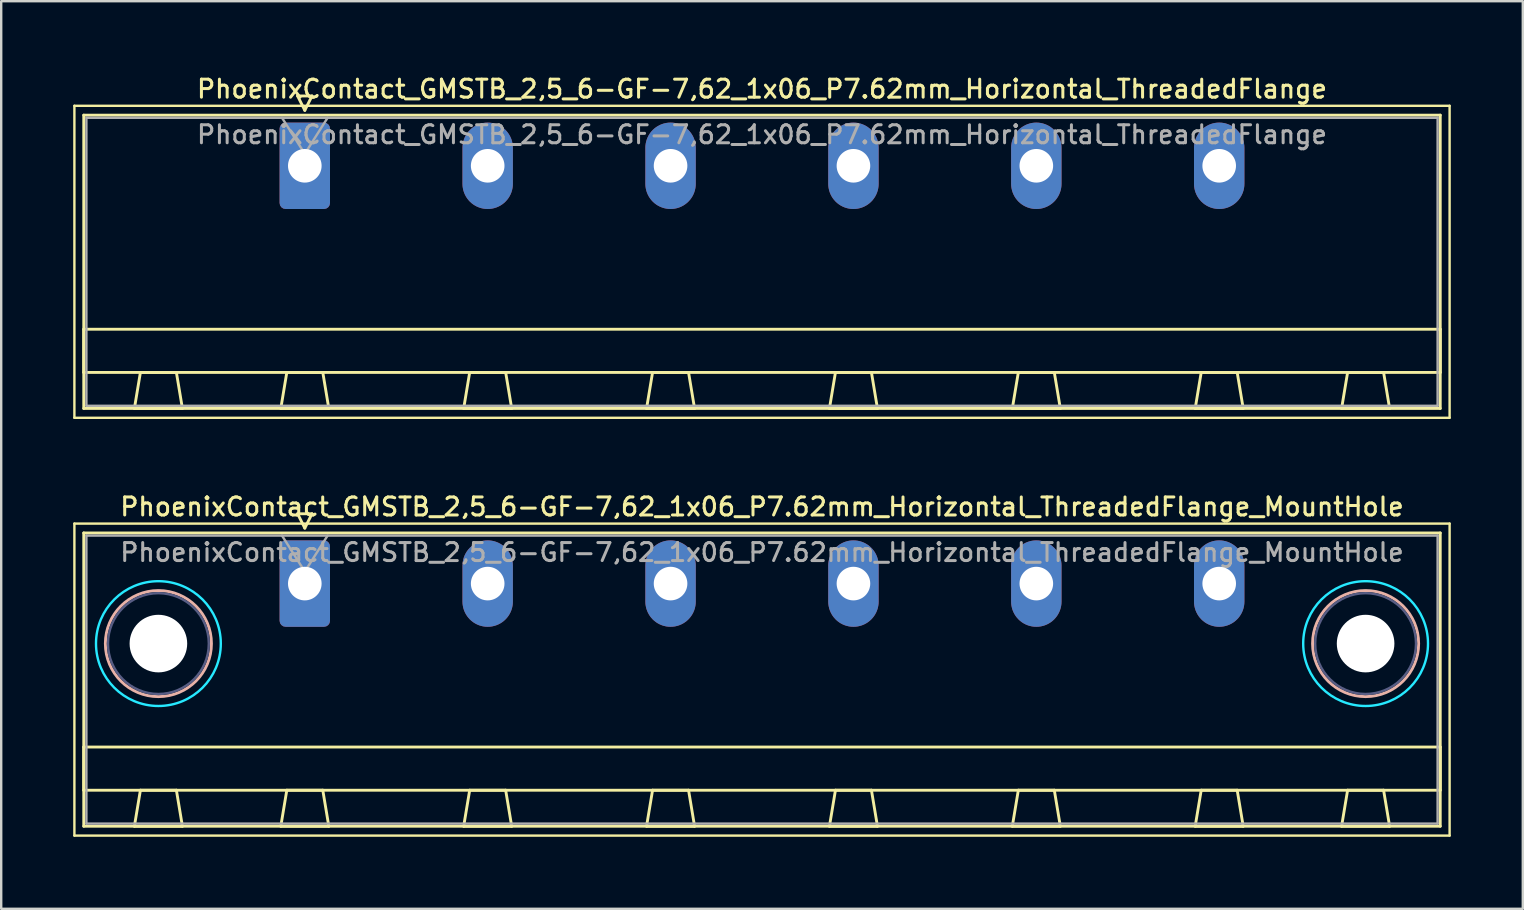
<source format=kicad_pcb>
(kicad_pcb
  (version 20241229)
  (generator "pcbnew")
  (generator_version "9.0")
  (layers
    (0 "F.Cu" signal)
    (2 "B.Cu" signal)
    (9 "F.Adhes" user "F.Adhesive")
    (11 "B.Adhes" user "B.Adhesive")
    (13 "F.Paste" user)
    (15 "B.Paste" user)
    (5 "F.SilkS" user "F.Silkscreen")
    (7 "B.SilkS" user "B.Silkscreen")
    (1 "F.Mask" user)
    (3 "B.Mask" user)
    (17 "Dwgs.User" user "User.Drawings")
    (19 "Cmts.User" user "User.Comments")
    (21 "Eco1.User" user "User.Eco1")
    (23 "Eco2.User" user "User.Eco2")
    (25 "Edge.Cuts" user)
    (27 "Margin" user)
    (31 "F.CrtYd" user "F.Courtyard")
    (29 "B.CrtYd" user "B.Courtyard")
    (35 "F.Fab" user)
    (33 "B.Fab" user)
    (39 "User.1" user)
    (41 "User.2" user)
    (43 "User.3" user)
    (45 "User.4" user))
  (footprint "PhoenixContact_GMSTB_2,5_6-GF-7,62_1x06_P7.62mm_Horizontal_ThreadedFlange"
    (layer "F.Cu")
    (at 9.65 3.858)
    (property "Reference" "PhoenixContact_GMSTB_2,5_6-GF-7,62_1x06_P7.62mm_Horizontal_ThreadedFlange" (at 19.05 -3.2 0) (layer "F.SilkS") (effects (font (size 0.75 0.75) (thickness 0.125))))
    (attr through_hole)
    (fp_line (start -9.6 -2.5) (end -9.6 10.5) (stroke (width 0.1) (type solid)) (layer "F.SilkS"))
    (fp_line (start -9.6 10.5) (end 47.7 10.5) (stroke (width 0.1) (type solid)) (layer "F.SilkS"))
    (fp_line (start -9.21 -2.11) (end -9.21 10.11) (stroke (width 0.12) (type solid)) (layer "F.SilkS"))
    (fp_line (start -9.21 6.81) (end 47.31 6.81) (stroke (width 0.12) (type solid)) (layer "F.SilkS"))
    (fp_line (start -9.21 8.61) (end -9.21 6.81) (stroke (width 0.12) (type solid)) (layer "F.SilkS"))
    (fp_line (start -9.21 10.11) (end 47.31 10.11) (stroke (width 0.12) (type solid)) (layer "F.SilkS"))
    (fp_line (start -7.1 10.11) (end -5.1 10.11) (stroke (width 0.12) (type solid)) (layer "F.SilkS"))
    (fp_line (start -6.85 8.61) (end -7.1 10.11) (stroke (width 0.12) (type solid)) (layer "F.SilkS"))
    (fp_line (start -5.35 8.61) (end -6.85 8.61) (stroke (width 0.12) (type solid)) (layer "F.SilkS"))
    (fp_line (start -5.1 10.11) (end -5.35 8.61) (stroke (width 0.12) (type solid)) (layer "F.SilkS"))
    (fp_line (start -1 10.11) (end 1 10.11) (stroke (width 0.12) (type solid)) (layer "F.SilkS"))
    (fp_line (start -0.75 8.61) (end -1 10.11) (stroke (width 0.12) (type solid)) (layer "F.SilkS"))
    (fp_line (start -0.3 -2.91) (end 0.3 -2.91) (stroke (width 0.12) (type solid)) (layer "F.SilkS"))
    (fp_line (start 0 -2.31) (end -0.3 -2.91) (stroke (width 0.12) (type solid)) (layer "F.SilkS"))
    (fp_line (start 0.3 -2.91) (end 0 -2.31) (stroke (width 0.12) (type solid)) (layer "F.SilkS"))
    (fp_line (start 0.75 8.61) (end -0.75 8.61) (stroke (width 0.12) (type solid)) (layer "F.SilkS"))
    (fp_line (start 1 10.11) (end 0.75 8.61) (stroke (width 0.12) (type solid)) (layer "F.SilkS"))
    (fp_line (start 6.62 10.11) (end 8.62 10.11) (stroke (width 0.12) (type solid)) (layer "F.SilkS"))
    (fp_line (start 6.87 8.61) (end 6.62 10.11) (stroke (width 0.12) (type solid)) (layer "F.SilkS"))
    (fp_line (start 8.37 8.61) (end 6.87 8.61) (stroke (width 0.12) (type solid)) (layer "F.SilkS"))
    (fp_line (start 8.62 10.11) (end 8.37 8.61) (stroke (width 0.12) (type solid)) (layer "F.SilkS"))
    (fp_line (start 14.24 10.11) (end 16.24 10.11) (stroke (width 0.12) (type solid)) (layer "F.SilkS"))
    (fp_line (start 14.49 8.61) (end 14.24 10.11) (stroke (width 0.12) (type solid)) (layer "F.SilkS"))
    (fp_line (start 15.99 8.61) (end 14.49 8.61) (stroke (width 0.12) (type solid)) (layer "F.SilkS"))
    (fp_line (start 16.24 10.11) (end 15.99 8.61) (stroke (width 0.12) (type solid)) (layer "F.SilkS"))
    (fp_line (start 21.86 10.11) (end 23.86 10.11) (stroke (width 0.12) (type solid)) (layer "F.SilkS"))
    (fp_line (start 22.11 8.61) (end 21.86 10.11) (stroke (width 0.12) (type solid)) (layer "F.SilkS"))
    (fp_line (start 23.61 8.61) (end 22.11 8.61) (stroke (width 0.12) (type solid)) (layer "F.SilkS"))
    (fp_line (start 23.86 10.11) (end 23.61 8.61) (stroke (width 0.12) (type solid)) (layer "F.SilkS"))
    (fp_line (start 29.48 10.11) (end 31.48 10.11) (stroke (width 0.12) (type solid)) (layer "F.SilkS"))
    (fp_line (start 29.73 8.61) (end 29.48 10.11) (stroke (width 0.12) (type solid)) (layer "F.SilkS"))
    (fp_line (start 31.23 8.61) (end 29.73 8.61) (stroke (width 0.12) (type solid)) (layer "F.SilkS"))
    (fp_line (start 31.48 10.11) (end 31.23 8.61) (stroke (width 0.12) (type solid)) (layer "F.SilkS"))
    (fp_line (start 37.1 10.11) (end 39.1 10.11) (stroke (width 0.12) (type solid)) (layer "F.SilkS"))
    (fp_line (start 37.35 8.61) (end 37.1 10.11) (stroke (width 0.12) (type solid)) (layer "F.SilkS"))
    (fp_line (start 38.85 8.61) (end 37.35 8.61) (stroke (width 0.12) (type solid)) (layer "F.SilkS"))
    (fp_line (start 39.1 10.11) (end 38.85 8.61) (stroke (width 0.12) (type solid)) (layer "F.SilkS"))
    (fp_line (start 43.2 10.11) (end 45.2 10.11) (stroke (width 0.12) (type solid)) (layer "F.SilkS"))
    (fp_line (start 43.45 8.61) (end 43.2 10.11) (stroke (width 0.12) (type solid)) (layer "F.SilkS"))
    (fp_line (start 44.95 8.61) (end 43.45 8.61) (stroke (width 0.12) (type solid)) (layer "F.SilkS"))
    (fp_line (start 45.2 10.11) (end 44.95 8.61) (stroke (width 0.12) (type solid)) (layer "F.SilkS"))
    (fp_line (start 47.31 -2.11) (end -9.21 -2.11) (stroke (width 0.12) (type solid)) (layer "F.SilkS"))
    (fp_line (start 47.31 6.81) (end 47.31 8.61) (stroke (width 0.12) (type solid)) (layer "F.SilkS"))
    (fp_line (start 47.31 8.61) (end -9.21 8.61) (stroke (width 0.12) (type solid)) (layer "F.SilkS"))
    (fp_line (start 47.31 10.11) (end 47.31 -2.11) (stroke (width 0.12) (type solid)) (layer "F.SilkS"))
    (fp_line (start 47.7 -2.5) (end -9.6 -2.5) (stroke (width 0.1) (type solid)) (layer "F.SilkS"))
    (fp_line (start 47.7 10.5) (end 47.7 -2.5) (stroke (width 0.1) (type solid)) (layer "F.SilkS"))
    (fp_line (start -9.1 -2) (end -9.1 10) (stroke (width 0.1) (type solid)) (layer "F.Fab"))
    (fp_line (start -9.1 10) (end 47.2 10) (stroke (width 0.1) (type solid)) (layer "F.Fab"))
    (fp_line (start 0 -0.5) (end -0.95 -2) (stroke (width 0.1) (type solid)) (layer "F.Fab"))
    (fp_line (start 0.95 -2) (end 0 -0.5) (stroke (width 0.1) (type solid)) (layer "F.Fab"))
    (fp_line (start 47.2 -2) (end -9.1 -2) (stroke (width 0.1) (type solid)) (layer "F.Fab"))
    (fp_line (start 47.2 10) (end 47.2 -2) (stroke (width 0.1) (type solid)) (layer "F.Fab"))
    (fp_text user "${REFERENCE}" (at 19.05 -1.3 0) (layer "F.Fab") (effects (font (size 0.75 0.75) (thickness 0.125))))
    (pad "1" thru_hole roundrect (at 0 0) (size 2.1 3.6) (drill 1.4) (layers "*.Cu" "*.Mask") (roundrect_rratio 0.119))
    (pad "2" thru_hole oval (at 7.62 0) (size 2.1 3.6) (drill 1.4) (layers "*.Cu" "*.Mask"))
    (pad "3" thru_hole oval (at 15.24 0) (size 2.1 3.6) (drill 1.4) (layers "*.Cu" "*.Mask"))
    (pad "4" thru_hole oval (at 22.86 0) (size 2.1 3.6) (drill 1.4) (layers "*.Cu" "*.Mask"))
    (pad "5" thru_hole oval (at 30.48 0) (size 2.1 3.6) (drill 1.4) (layers "*.Cu" "*.Mask"))
    (pad "6" thru_hole oval (at 38.1 0) (size 2.1 3.6) (drill 1.4) (layers "*.Cu" "*.Mask")))
  (footprint "PhoenixContact_GMSTB_2,5_6-GF-7,62_1x06_P7.62mm_Horizontal_ThreadedFlange_MountHole"
    (layer "F.Cu")
    (at 9.65 21.266)
    (property "Reference" "PhoenixContact_GMSTB_2,5_6-GF-7,62_1x06_P7.62mm_Horizontal_ThreadedFlange_MountHole" (at 19.05 -3.2 0) (layer "F.SilkS") (effects (font (size 0.75 0.75) (thickness 0.125))))
    (attr through_hole)
    (fp_line (start -9.6 -2.5) (end -9.6 10.5) (stroke (width 0.1) (type solid)) (layer "F.SilkS"))
    (fp_line (start -9.6 10.5) (end 47.7 10.5) (stroke (width 0.1) (type solid)) (layer "F.SilkS"))
    (fp_line (start -9.21 -2.11) (end -9.21 10.11) (stroke (width 0.12) (type solid)) (layer "F.SilkS"))
    (fp_line (start -9.21 6.81) (end 47.31 6.81) (stroke (width 0.12) (type solid)) (layer "F.SilkS"))
    (fp_line (start -9.21 8.61) (end -9.21 6.81) (stroke (width 0.12) (type solid)) (layer "F.SilkS"))
    (fp_line (start -9.21 10.11) (end 47.31 10.11) (stroke (width 0.12) (type solid)) (layer "F.SilkS"))
    (fp_line (start -7.1 10.11) (end -5.1 10.11) (stroke (width 0.12) (type solid)) (layer "F.SilkS"))
    (fp_line (start -6.85 8.61) (end -7.1 10.11) (stroke (width 0.12) (type solid)) (layer "F.SilkS"))
    (fp_line (start -5.35 8.61) (end -6.85 8.61) (stroke (width 0.12) (type solid)) (layer "F.SilkS"))
    (fp_line (start -5.1 10.11) (end -5.35 8.61) (stroke (width 0.12) (type solid)) (layer "F.SilkS"))
    (fp_line (start -1 10.11) (end 1 10.11) (stroke (width 0.12) (type solid)) (layer "F.SilkS"))
    (fp_line (start -0.75 8.61) (end -1 10.11) (stroke (width 0.12) (type solid)) (layer "F.SilkS"))
    (fp_line (start -0.3 -2.91) (end 0.3 -2.91) (stroke (width 0.12) (type solid)) (layer "F.SilkS"))
    (fp_line (start 0 -2.31) (end -0.3 -2.91) (stroke (width 0.12) (type solid)) (layer "F.SilkS"))
    (fp_line (start 0.3 -2.91) (end 0 -2.31) (stroke (width 0.12) (type solid)) (layer "F.SilkS"))
    (fp_line (start 0.75 8.61) (end -0.75 8.61) (stroke (width 0.12) (type solid)) (layer "F.SilkS"))
    (fp_line (start 1 10.11) (end 0.75 8.61) (stroke (width 0.12) (type solid)) (layer "F.SilkS"))
    (fp_line (start 6.62 10.11) (end 8.62 10.11) (stroke (width 0.12) (type solid)) (layer "F.SilkS"))
    (fp_line (start 6.87 8.61) (end 6.62 10.11) (stroke (width 0.12) (type solid)) (layer "F.SilkS"))
    (fp_line (start 8.37 8.61) (end 6.87 8.61) (stroke (width 0.12) (type solid)) (layer "F.SilkS"))
    (fp_line (start 8.62 10.11) (end 8.37 8.61) (stroke (width 0.12) (type solid)) (layer "F.SilkS"))
    (fp_line (start 14.24 10.11) (end 16.24 10.11) (stroke (width 0.12) (type solid)) (layer "F.SilkS"))
    (fp_line (start 14.49 8.61) (end 14.24 10.11) (stroke (width 0.12) (type solid)) (layer "F.SilkS"))
    (fp_line (start 15.99 8.61) (end 14.49 8.61) (stroke (width 0.12) (type solid)) (layer "F.SilkS"))
    (fp_line (start 16.24 10.11) (end 15.99 8.61) (stroke (width 0.12) (type solid)) (layer "F.SilkS"))
    (fp_line (start 21.86 10.11) (end 23.86 10.11) (stroke (width 0.12) (type solid)) (layer "F.SilkS"))
    (fp_line (start 22.11 8.61) (end 21.86 10.11) (stroke (width 0.12) (type solid)) (layer "F.SilkS"))
    (fp_line (start 23.61 8.61) (end 22.11 8.61) (stroke (width 0.12) (type solid)) (layer "F.SilkS"))
    (fp_line (start 23.86 10.11) (end 23.61 8.61) (stroke (width 0.12) (type solid)) (layer "F.SilkS"))
    (fp_line (start 29.48 10.11) (end 31.48 10.11) (stroke (width 0.12) (type solid)) (layer "F.SilkS"))
    (fp_line (start 29.73 8.61) (end 29.48 10.11) (stroke (width 0.12) (type solid)) (layer "F.SilkS"))
    (fp_line (start 31.23 8.61) (end 29.73 8.61) (stroke (width 0.12) (type solid)) (layer "F.SilkS"))
    (fp_line (start 31.48 10.11) (end 31.23 8.61) (stroke (width 0.12) (type solid)) (layer "F.SilkS"))
    (fp_line (start 37.1 10.11) (end 39.1 10.11) (stroke (width 0.12) (type solid)) (layer "F.SilkS"))
    (fp_line (start 37.35 8.61) (end 37.1 10.11) (stroke (width 0.12) (type solid)) (layer "F.SilkS"))
    (fp_line (start 38.85 8.61) (end 37.35 8.61) (stroke (width 0.12) (type solid)) (layer "F.SilkS"))
    (fp_line (start 39.1 10.11) (end 38.85 8.61) (stroke (width 0.12) (type solid)) (layer "F.SilkS"))
    (fp_line (start 43.2 10.11) (end 45.2 10.11) (stroke (width 0.12) (type solid)) (layer "F.SilkS"))
    (fp_line (start 43.45 8.61) (end 43.2 10.11) (stroke (width 0.12) (type solid)) (layer "F.SilkS"))
    (fp_line (start 44.95 8.61) (end 43.45 8.61) (stroke (width 0.12) (type solid)) (layer "F.SilkS"))
    (fp_line (start 45.2 10.11) (end 44.95 8.61) (stroke (width 0.12) (type solid)) (layer "F.SilkS"))
    (fp_line (start 47.31 -2.11) (end -9.21 -2.11) (stroke (width 0.12) (type solid)) (layer "F.SilkS"))
    (fp_line (start 47.31 6.81) (end 47.31 8.61) (stroke (width 0.12) (type solid)) (layer "F.SilkS"))
    (fp_line (start 47.31 8.61) (end -9.21 8.61) (stroke (width 0.12) (type solid)) (layer "F.SilkS"))
    (fp_line (start 47.31 10.11) (end 47.31 -2.11) (stroke (width 0.12) (type solid)) (layer "F.SilkS"))
    (fp_line (start 47.7 -2.5) (end -9.6 -2.5) (stroke (width 0.1) (type solid)) (layer "F.SilkS"))
    (fp_line (start 47.7 10.5) (end 47.7 -2.5) (stroke (width 0.1) (type solid)) (layer "F.SilkS"))
    (fp_circle (center -6.1 2.5) (end -3.89 2.5) (stroke (width 0.12) (type solid)) (fill no) (layer "B.SilkS"))
    (fp_circle (center 44.2 2.5) (end 46.41 2.5) (stroke (width 0.12) (type solid)) (fill no) (layer "B.SilkS"))
    (fp_circle (center -6.1 2.5) (end -3.5 2.5) (stroke (width 0.1) (type solid)) (fill no) (layer "B.CrtYd"))
    (fp_circle (center 44.2 2.5) (end 46.8 2.5) (stroke (width 0.1) (type solid)) (fill no) (layer "B.CrtYd"))
    (fp_circle (center -6.1 2.5) (end -4 2.5) (stroke (width 0.1) (type solid)) (fill no) (layer "B.Fab"))
    (fp_circle (center 44.2 2.5) (end 46.3 2.5) (stroke (width 0.1) (type solid)) (fill no) (layer "B.Fab"))
    (fp_line (start -9.1 -2) (end -9.1 10) (stroke (width 0.1) (type solid)) (layer "F.Fab"))
    (fp_line (start -9.1 10) (end 47.2 10) (stroke (width 0.1) (type solid)) (layer "F.Fab"))
    (fp_line (start 0 -0.5) (end -0.95 -2) (stroke (width 0.1) (type solid)) (layer "F.Fab"))
    (fp_line (start 0.95 -2) (end 0 -0.5) (stroke (width 0.1) (type solid)) (layer "F.Fab"))
    (fp_line (start 47.2 -2) (end -9.1 -2) (stroke (width 0.1) (type solid)) (layer "F.Fab"))
    (fp_line (start 47.2 10) (end 47.2 -2) (stroke (width 0.1) (type solid)) (layer "F.Fab"))
    (fp_text user "${REFERENCE}" (at 19.05 -1.3 0) (layer "F.Fab") (effects (font (size 0.75 0.75) (thickness 0.125))))
    (pad "" np_thru_hole circle (at -6.1 2.5) (size 2.4 2.4) (drill 2.4) (layers "*.Cu" "*.Mask"))
    (pad "" np_thru_hole circle (at 44.2 2.5) (size 2.4 2.4) (drill 2.4) (layers "*.Cu" "*.Mask"))
    (pad "1" thru_hole roundrect (at 0 0) (size 2.1 3.6) (drill 1.4) (layers "*.Cu" "*.Mask") (roundrect_rratio 0.119))
    (pad "2" thru_hole oval (at 7.62 0) (size 2.1 3.6) (drill 1.4) (layers "*.Cu" "*.Mask"))
    (pad "3" thru_hole oval (at 15.24 0) (size 2.1 3.6) (drill 1.4) (layers "*.Cu" "*.Mask"))
    (pad "4" thru_hole oval (at 22.86 0) (size 2.1 3.6) (drill 1.4) (layers "*.Cu" "*.Mask"))
    (pad "5" thru_hole oval (at 30.48 0) (size 2.1 3.6) (drill 1.4) (layers "*.Cu" "*.Mask"))
    (pad "6" thru_hole oval (at 38.1 0) (size 2.1 3.6) (drill 1.4) (layers "*.Cu" "*.Mask")))
  (gr_rect
    (start -3 -3)
    (end 60.4 34.816)
    (stroke (width 0.1) (type default))
    (fill no)
    (layer "Edge.Cuts")))
</source>
